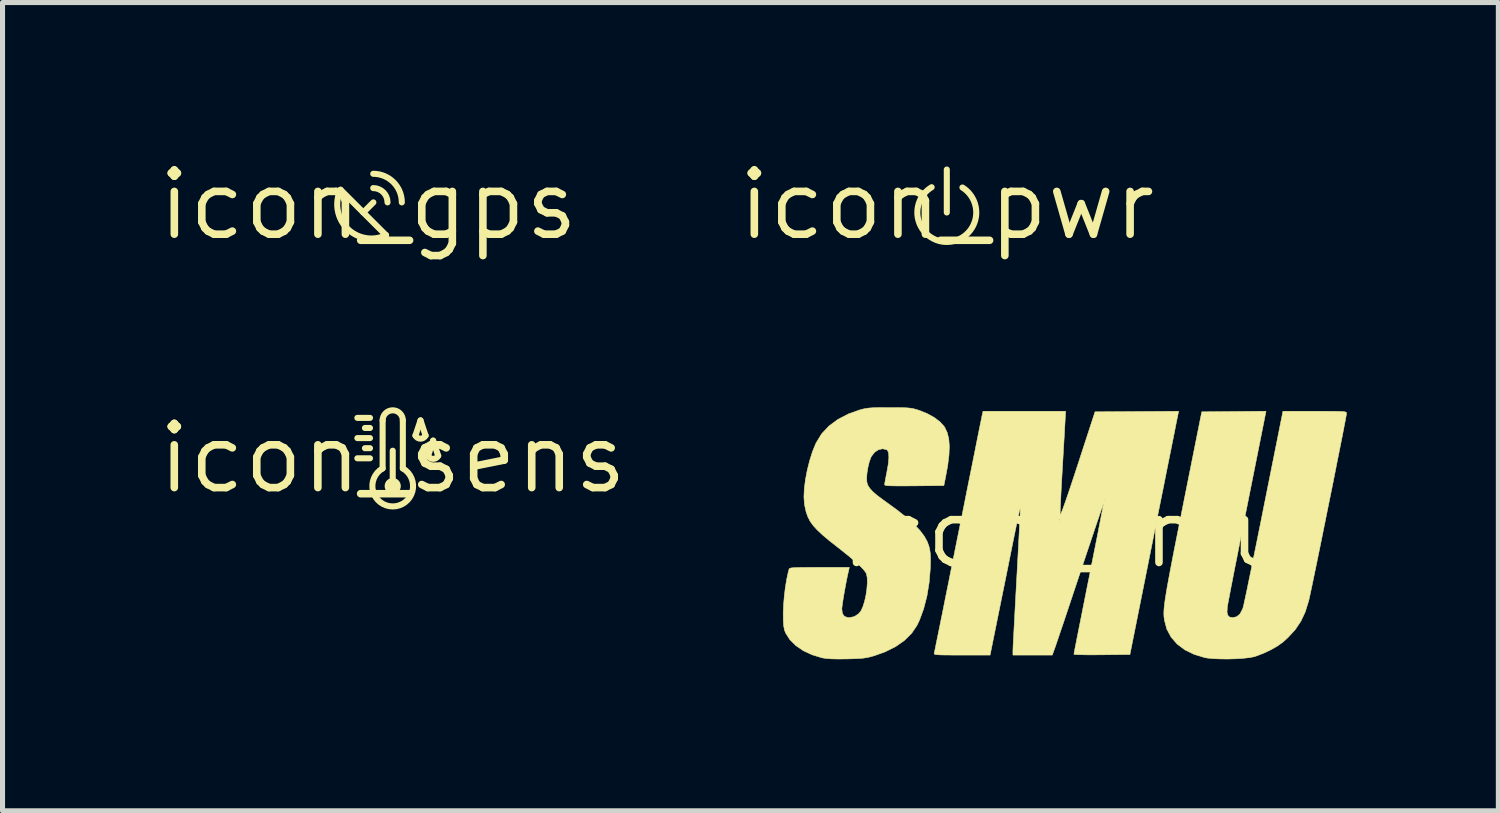
<source format=kicad_pcb>
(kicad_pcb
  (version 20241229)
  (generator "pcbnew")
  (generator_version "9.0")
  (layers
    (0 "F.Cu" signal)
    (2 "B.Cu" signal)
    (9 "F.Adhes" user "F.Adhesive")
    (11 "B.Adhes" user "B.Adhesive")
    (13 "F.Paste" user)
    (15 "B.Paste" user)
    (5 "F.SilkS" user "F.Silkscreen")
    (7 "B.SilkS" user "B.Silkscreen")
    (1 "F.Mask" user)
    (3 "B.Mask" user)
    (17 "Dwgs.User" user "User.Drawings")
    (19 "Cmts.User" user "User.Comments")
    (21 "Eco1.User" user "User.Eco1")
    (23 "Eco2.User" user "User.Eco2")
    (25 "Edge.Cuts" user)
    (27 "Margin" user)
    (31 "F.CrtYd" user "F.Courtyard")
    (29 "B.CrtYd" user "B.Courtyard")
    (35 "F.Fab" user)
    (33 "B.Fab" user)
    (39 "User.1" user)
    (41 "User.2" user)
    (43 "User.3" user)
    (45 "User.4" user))
  (footprint "icon_pwr"
    (layer "F.Cu")
    (at 15.692 1.006)
    (property "Reference" "icon_pwr" (at 0 0 0) (layer "F.SilkS") (effects (font (size 1.27 1.27) (thickness 0.15))))
    (attr through_hole)
    (fp_line (start 0 -0.7) (end 0 0.15) (stroke (width 0.12) (type solid)) (layer "F.SilkS"))
    (fp_arc (start 0.309306 -0.344297) (mid -0.005457 0.733069) (end -0.3 -0.35) (stroke (width 0.12) (type solid)) (layer "F.SilkS")))
  (footprint "icon_gps"
    (layer "F.Cu")
    (at 4.241 1.006)
    (property "Reference" "icon_gps" (at 0 0 0) (layer "F.SilkS") (effects (font (size 1.27 1.27) (thickness 0.15))))
    (attr through_hole)
    (fp_line (start 0.1 -0.05) (end -0.1 0.15) (stroke (width 0.12) (type solid)) (layer "F.SilkS"))
    (fp_line (start 0.35 0.6) (end -0.55 -0.3) (stroke (width 0.12) (type solid)) (layer "F.SilkS"))
    (fp_arc (start 0.097185 -0.615686) (mid 0.497185 -0.45) (end 0.662871 -0.05) (stroke (width 0.12) (type solid)) (layer "F.SilkS"))
    (fp_arc (start 0.097185 -0.332842) (mid 0.297184 -0.249999) (end 0.380027 -0.05) (stroke (width 0.12) (type solid)) (layer "F.SilkS"))
    (fp_arc (start 0.351556 0.599258) (mid -0.416988 0.468207) (end -0.55 -0.3) (stroke (width 0.12) (type solid)) (layer "F.SilkS")))
  (footprint "icon_smu"
    (layer "F.Cu")
    (at 18.017 7.504)
    (property "Reference" "icon_smu" (at 0 0 0) (layer "F.SilkS") (effects (font (size 1.27 1.27) (thickness 0.15))))
    (attr through_hole)
    (fp_poly (pts (xy 3.619 -0.535) (xy 3.563 -0.256) (xy 3.509 0.012) (xy 3.459 0.268) (xy 3.412 0.508) (xy 3.368 0.728) (xy 3.33 0.925) (xy 3.296 1.097) (xy 3.269 1.24) (xy 3.248 1.351) (xy 3.234 1.426) (xy 3.228 1.463) (xy 3.222 1.562) (xy 3.237 1.626) (xy 3.273 1.661) (xy 3.334 1.672) (xy 3.335 1.672) (xy 3.416 1.653) (xy 3.481 1.596) (xy 3.531 1.499) (xy 3.543 1.462) (xy 3.552 1.425) (xy 3.568 1.35) (xy 3.592 1.24) (xy 3.622 1.098) (xy 3.657 0.926) (xy 3.698 0.729) (xy 3.742 0.51) (xy 3.791 0.271) (xy 3.843 0.015) (xy 3.897 -0.253) (xy 3.952 -0.53) (xy 4.329 -2.413) (xy 4.958 -2.413) (xy 5.138 -2.413) (xy 5.28 -2.412) (xy 5.388 -2.411) (xy 5.468 -2.409) (xy 5.523 -2.406) (xy 5.558 -2.401) (xy 5.578 -2.394) (xy 5.586 -2.385) (xy 5.588 -2.374) (xy 5.588 -2.373) (xy 5.584 -2.345) (xy 5.572 -2.278) (xy 5.553 -2.178) (xy 5.528 -2.047) (xy 5.497 -1.889) (xy 5.461 -1.709) (xy 5.421 -1.508) (xy 5.378 -1.292) (xy 5.333 -1.064) (xy 5.285 -0.827) (xy 5.236 -0.586) (xy 5.187 -0.343) (xy 5.138 -0.102) (xy 5.091 0.132) (xy 5.045 0.356) (xy 5.002 0.567) (xy 4.962 0.76) (xy 4.926 0.933) (xy 4.895 1.082) (xy 4.869 1.202) (xy 4.85 1.29) (xy 4.838 1.343) (xy 4.837 1.344) (xy 4.771 1.558) (xy 4.684 1.743) (xy 4.572 1.91) (xy 4.427 2.067) (xy 4.335 2.151) (xy 4.231 2.227) (xy 4.099 2.304) (xy 3.955 2.373) (xy 3.813 2.428) (xy 3.757 2.446) (xy 3.665 2.464) (xy 3.542 2.477) (xy 3.399 2.487) (xy 3.246 2.491) (xy 3.094 2.49) (xy 2.955 2.484) (xy 2.839 2.473) (xy 2.784 2.464) (xy 2.57 2.399) (xy 2.386 2.309) (xy 2.234 2.195) (xy 2.115 2.058) (xy 2.03 1.9) (xy 1.983 1.722) (xy 1.974 1.651) (xy 1.972 1.611) (xy 1.972 1.567) (xy 1.974 1.516) (xy 1.979 1.457) (xy 1.987 1.387) (xy 1.999 1.303) (xy 2.015 1.202) (xy 2.035 1.081) (xy 2.061 0.939) (xy 2.092 0.772) (xy 2.129 0.578) (xy 2.172 0.354) (xy 2.223 0.098) (xy 2.281 -0.193) (xy 2.346 -0.522) (xy 2.378 -0.682) (xy 2.722 -2.402) (xy 3.358 -2.408) (xy 3.994 -2.414) (xy 3.619 -0.535)) (stroke (width 0.01) (type solid)) (fill yes) (layer "F.SilkS"))
    (fp_poly (pts (xy -3.315 -2.486) (xy -3.203 -2.484) (xy -3.118 -2.481) (xy -3.052 -2.475) (xy -2.996 -2.466) (xy -2.943 -2.453) (xy -2.884 -2.434) (xy -2.864 -2.428) (xy -2.709 -2.365) (xy -2.571 -2.288) (xy -2.457 -2.201) (xy -2.376 -2.111) (xy -2.366 -2.095) (xy -2.317 -1.991) (xy -2.286 -1.867) (xy -2.275 -1.72) (xy -2.282 -1.545) (xy -2.307 -1.34) (xy -2.347 -1.122) (xy -2.383 -0.942) (xy -2.97 -0.936) (xy -3.146 -0.935) (xy -3.284 -0.935) (xy -3.388 -0.936) (xy -3.463 -0.938) (xy -3.513 -0.942) (xy -3.542 -0.948) (xy -3.555 -0.956) (xy -3.556 -0.96) (xy -3.552 -0.993) (xy -3.541 -1.056) (xy -3.525 -1.14) (xy -3.514 -1.196) (xy -3.484 -1.364) (xy -3.472 -1.494) (xy -3.477 -1.586) (xy -3.499 -1.64) (xy -3.512 -1.65) (xy -3.592 -1.671) (xy -3.674 -1.654) (xy -3.751 -1.604) (xy -3.814 -1.525) (xy -3.828 -1.499) (xy -3.859 -1.414) (xy -3.885 -1.308) (xy -3.904 -1.194) (xy -3.912 -1.09) (xy -3.907 -1.009) (xy -3.907 -1.009) (xy -3.889 -0.95) (xy -3.852 -0.89) (xy -3.794 -0.826) (xy -3.71 -0.752) (xy -3.594 -0.665) (xy -3.526 -0.616) (xy -3.307 -0.457) (xy -3.125 -0.312) (xy -2.976 -0.179) (xy -2.859 -0.056) (xy -2.771 0.06) (xy -2.71 0.171) (xy -2.678 0.261) (xy -2.662 0.33) (xy -2.652 0.4) (xy -2.648 0.483) (xy -2.648 0.589) (xy -2.651 0.692) (xy -2.674 0.973) (xy -2.718 1.244) (xy -2.783 1.497) (xy -2.866 1.723) (xy -2.916 1.827) (xy -3.02 1.981) (xy -3.161 2.121) (xy -3.337 2.245) (xy -3.545 2.349) (xy -3.758 2.425) (xy -3.835 2.447) (xy -3.905 2.463) (xy -3.977 2.474) (xy -4.062 2.481) (xy -4.169 2.486) (xy -4.307 2.49) (xy -4.482 2.491) (xy -4.619 2.488) (xy -4.724 2.479) (xy -4.794 2.468) (xy -4.99 2.408) (xy -5.165 2.327) (xy -5.313 2.226) (xy -5.431 2.109) (xy -5.513 1.981) (xy -5.537 1.922) (xy -5.554 1.837) (xy -5.562 1.719) (xy -5.563 1.576) (xy -5.556 1.417) (xy -5.542 1.249) (xy -5.522 1.081) (xy -5.496 0.921) (xy -5.465 0.777) (xy -5.448 0.714) (xy -5.442 0.703) (xy -5.428 0.695) (xy -5.402 0.688) (xy -5.358 0.684) (xy -5.293 0.681) (xy -5.201 0.679) (xy -5.079 0.678) (xy -4.92 0.677) (xy -4.845 0.677) (xy -4.254 0.677) (xy -4.265 0.725) (xy -4.289 0.831) (xy -4.314 0.953) (xy -4.338 1.082) (xy -4.361 1.208) (xy -4.38 1.323) (xy -4.394 1.418) (xy -4.402 1.485) (xy -4.403 1.503) (xy -4.391 1.591) (xy -4.353 1.646) (xy -4.288 1.67) (xy -4.257 1.672) (xy -4.156 1.652) (xy -4.07 1.595) (xy -4.025 1.54) (xy -3.986 1.456) (xy -3.952 1.348) (xy -3.925 1.226) (xy -3.907 1.1) (xy -3.898 0.98) (xy -3.901 0.878) (xy -3.917 0.803) (xy -3.922 0.791) (xy -3.963 0.733) (xy -4.033 0.658) (xy -4.135 0.564) (xy -4.269 0.45) (xy -4.438 0.315) (xy -4.488 0.276) (xy -4.652 0.147) (xy -4.784 0.036) (xy -4.889 -0.062) (xy -4.97 -0.151) (xy -5.031 -0.236) (xy -5.076 -0.324) (xy -5.109 -0.418) (xy -5.133 -0.524) (xy -5.144 -0.585) (xy -5.153 -0.718) (xy -5.146 -0.879) (xy -5.123 -1.059) (xy -5.087 -1.248) (xy -5.04 -1.436) (xy -4.984 -1.614) (xy -4.919 -1.773) (xy -4.91 -1.791) (xy -4.803 -1.966) (xy -4.659 -2.12) (xy -4.481 -2.252) (xy -4.271 -2.361) (xy -4.05 -2.439) (xy -3.988 -2.456) (xy -3.929 -2.468) (xy -3.866 -2.477) (xy -3.791 -2.482) (xy -3.695 -2.485) (xy -3.57 -2.486) (xy -3.461 -2.486) (xy -3.315 -2.486)) (stroke (width 0.01) (type solid)) (fill yes) (layer "F.SilkS"))
    (fp_poly (pts (xy 2.25 -2.344) (xy 2.244 -2.315) (xy 2.23 -2.247) (xy 2.209 -2.142) (xy 2.182 -2.004) (xy 2.148 -1.836) (xy 2.109 -1.64) (xy 2.064 -1.418) (xy 2.015 -1.174) (xy 1.963 -0.911) (xy 1.906 -0.63) (xy 1.847 -0.335) (xy 1.786 -0.028) (xy 1.768 0.064) (xy 1.3 2.402) (xy 0.745 2.408) (xy 0.597 2.409) (xy 0.464 2.409) (xy 0.351 2.407) (xy 0.264 2.405) (xy 0.209 2.401) (xy 0.191 2.397) (xy 0.195 2.374) (xy 0.206 2.313) (xy 0.225 2.217) (xy 0.25 2.089) (xy 0.281 1.934) (xy 0.317 1.753) (xy 0.357 1.551) (xy 0.401 1.331) (xy 0.447 1.097) (xy 0.487 0.901) (xy 0.535 0.657) (xy 0.581 0.425) (xy 0.624 0.21) (xy 0.663 0.013) (xy 0.697 -0.162) (xy 0.726 -0.311) (xy 0.749 -0.431) (xy 0.766 -0.518) (xy 0.775 -0.571) (xy 0.777 -0.585) (xy 0.77 -0.566) (xy 0.75 -0.511) (xy 0.719 -0.422) (xy 0.679 -0.302) (xy 0.629 -0.156) (xy 0.572 0.014) (xy 0.508 0.205) (xy 0.438 0.413) (xy 0.364 0.634) (xy 0.33 0.737) (xy 0.252 0.97) (xy 0.177 1.195) (xy 0.106 1.408) (xy 0.04 1.606) (xy -0.02 1.785) (xy -0.073 1.94) (xy -0.116 2.068) (xy -0.149 2.165) (xy -0.17 2.227) (xy -0.174 2.238) (xy -0.237 2.413) (xy -1.016 2.413) (xy -1.016 2.331) (xy -1.015 2.296) (xy -1.012 2.223) (xy -1.006 2.115) (xy -0.999 1.976) (xy -0.99 1.81) (xy -0.98 1.621) (xy -0.969 1.414) (xy -0.957 1.191) (xy -0.944 0.957) (xy -0.942 0.919) (xy -0.929 0.684) (xy -0.917 0.461) (xy -0.906 0.253) (xy -0.896 0.064) (xy -0.887 -0.102) (xy -0.88 -0.242) (xy -0.879 -0.265) (xy -0.106 -0.265) (xy -0.095 -0.254) (xy -0.085 -0.265) (xy -0.095 -0.275) (xy -0.106 -0.265) (xy -0.879 -0.265) (xy -0.875 -0.351) (xy -0.871 -0.426) (xy -0.87 -0.463) (xy -0.87 -0.466) (xy -0.871 -0.476) (xy -0.872 -0.482) (xy -0.875 -0.478) (xy -0.88 -0.465) (xy -0.887 -0.437) (xy -0.897 -0.394) (xy -0.91 -0.333) (xy -0.928 -0.25) (xy -0.95 -0.144) (xy -0.977 -0.012) (xy -1.01 0.149) (xy -1.049 0.341) (xy -1.094 0.566) (xy -1.147 0.829) (xy -1.208 1.13) (xy -1.21 1.138) (xy -1.468 2.413) (xy -2.026 2.413) (xy -2.195 2.413) (xy -2.325 2.412) (xy -2.423 2.411) (xy -2.492 2.408) (xy -2.537 2.404) (xy -2.563 2.398) (xy -2.574 2.39) (xy -2.575 2.38) (xy -2.574 2.376) (xy -2.569 2.351) (xy -2.555 2.287) (xy -2.535 2.186) (xy -2.508 2.053) (xy -2.474 1.888) (xy -2.435 1.695) (xy -2.391 1.477) (xy -2.343 1.236) (xy -2.29 0.976) (xy -2.235 0.697) (xy -2.176 0.404) (xy -2.115 0.099) (xy -2.097 0.011) (xy -2.035 -0.298) (xy -1.975 -0.595) (xy -1.919 -0.878) (xy -1.865 -1.145) (xy -1.815 -1.393) (xy -1.77 -1.618) (xy -1.73 -1.819) (xy -1.695 -1.993) (xy -1.666 -2.137) (xy -1.643 -2.248) (xy -1.628 -2.324) (xy -1.62 -2.362) (xy -1.619 -2.365) (xy -1.608 -2.413) (xy 0.027 -2.413) (xy 0.013 -2.154) (xy 0.008 -2.069) (xy 0.002 -1.949) (xy -0.007 -1.801) (xy -0.017 -1.634) (xy -0.027 -1.453) (xy -0.038 -1.267) (xy -0.044 -1.159) (xy -0.054 -0.984) (xy -0.063 -0.821) (xy -0.07 -0.675) (xy -0.076 -0.551) (xy -0.08 -0.454) (xy -0.081 -0.389) (xy -0.081 -0.365) (xy -0.073 -0.371) (xy -0.053 -0.416) (xy -0.022 -0.498) (xy 0.021 -0.618) (xy 0.031 -0.646) (xy 0.783 -0.646) (xy 0.794 -0.635) (xy 0.804 -0.646) (xy 0.794 -0.656) (xy 0.783 -0.646) (xy 0.031 -0.646) (xy 0.074 -0.772) (xy 0.138 -0.961) (xy 0.211 -1.182) (xy 0.268 -1.355) (xy 0.609 -2.402) (xy 2.264 -2.413) (xy 2.25 -2.344)) (stroke (width 0.01) (type solid)) (fill yes) (layer "F.SilkS")))
  (footprint "icon_sens"
    (layer "F.Cu")
    (at 4.724 6.022)
    (property "Reference" "icon_sens" (at 0 0 0) (layer "F.SilkS") (effects (font (size 1.27 1.27) (thickness 0.15))))
    (attr through_hole)
    (fp_line (start -0.45 -0.8) (end -0.7 -0.8) (stroke (width 0.12) (type solid)) (layer "F.SilkS"))
    (fp_line (start -0.45 -0.6) (end -0.55 -0.6) (stroke (width 0.12) (type solid)) (layer "F.SilkS"))
    (fp_line (start -0.45 -0.4) (end -0.7 -0.4) (stroke (width 0.12) (type solid)) (layer "F.SilkS"))
    (fp_line (start -0.45 -0.2) (end -0.55 -0.2) (stroke (width 0.12) (type solid)) (layer "F.SilkS"))
    (fp_line (start -0.45 0) (end -0.7 0) (stroke (width 0.12) (type solid)) (layer "F.SilkS"))
    (fp_line (start -0.2 -0.75) (end -0.2 0.2) (stroke (width 0.12) (type solid)) (layer "F.SilkS"))
    (fp_line (start 0 -0.15) (end 0 0.55) (stroke (width 0.12) (type solid)) (layer "F.SilkS"))
    (fp_line (start 0.2 -0.75) (end 0.2 0.2) (stroke (width 0.12) (type solid)) (layer "F.SilkS"))
    (fp_line (start 0.55 -0.75) (end 0.45 -0.45) (stroke (width 0.12) (type solid)) (layer "F.SilkS"))
    (fp_line (start 0.55 -0.75) (end 0.65 -0.45) (stroke (width 0.12) (type solid)) (layer "F.SilkS"))
    (fp_line (start 0.8 -0.35) (end 0.7 -0.05) (stroke (width 0.12) (type solid)) (layer "F.SilkS"))
    (fp_line (start 0.8 -0.35) (end 0.9 -0.05) (stroke (width 0.12) (type solid)) (layer "F.SilkS"))
    (fp_arc (start -0.2 -0.75) (mid 0 -0.95) (end 0.2 -0.75) (stroke (width 0.12) (type solid)) (layer "F.SilkS"))
    (fp_arc (start 0.199999 0.200001) (mid 0 0.953112) (end -0.199999 0.200001) (stroke (width 0.12) (type solid)) (layer "F.SilkS"))
    (fp_arc (start 0.65 -0.45) (mid 0.55 -0.388197) (end 0.45 -0.45) (stroke (width 0.12) (type solid)) (layer "F.SilkS"))
    (fp_arc (start 0.9 -0.05) (mid 0.8 0.011803) (end 0.7 -0.05) (stroke (width 0.12) (type solid)) (layer "F.SilkS"))
    (fp_circle (center 0 0.55) (end 0.1 0.55) (stroke (width 0.12) (type solid)) (fill no) (layer "F.SilkS")))
  (gr_rect
    (start -3 -3)
    (end 26.61 13)
    (stroke (width 0.1) (type default))
    (fill no)
    (layer "Edge.Cuts")))
</source>
